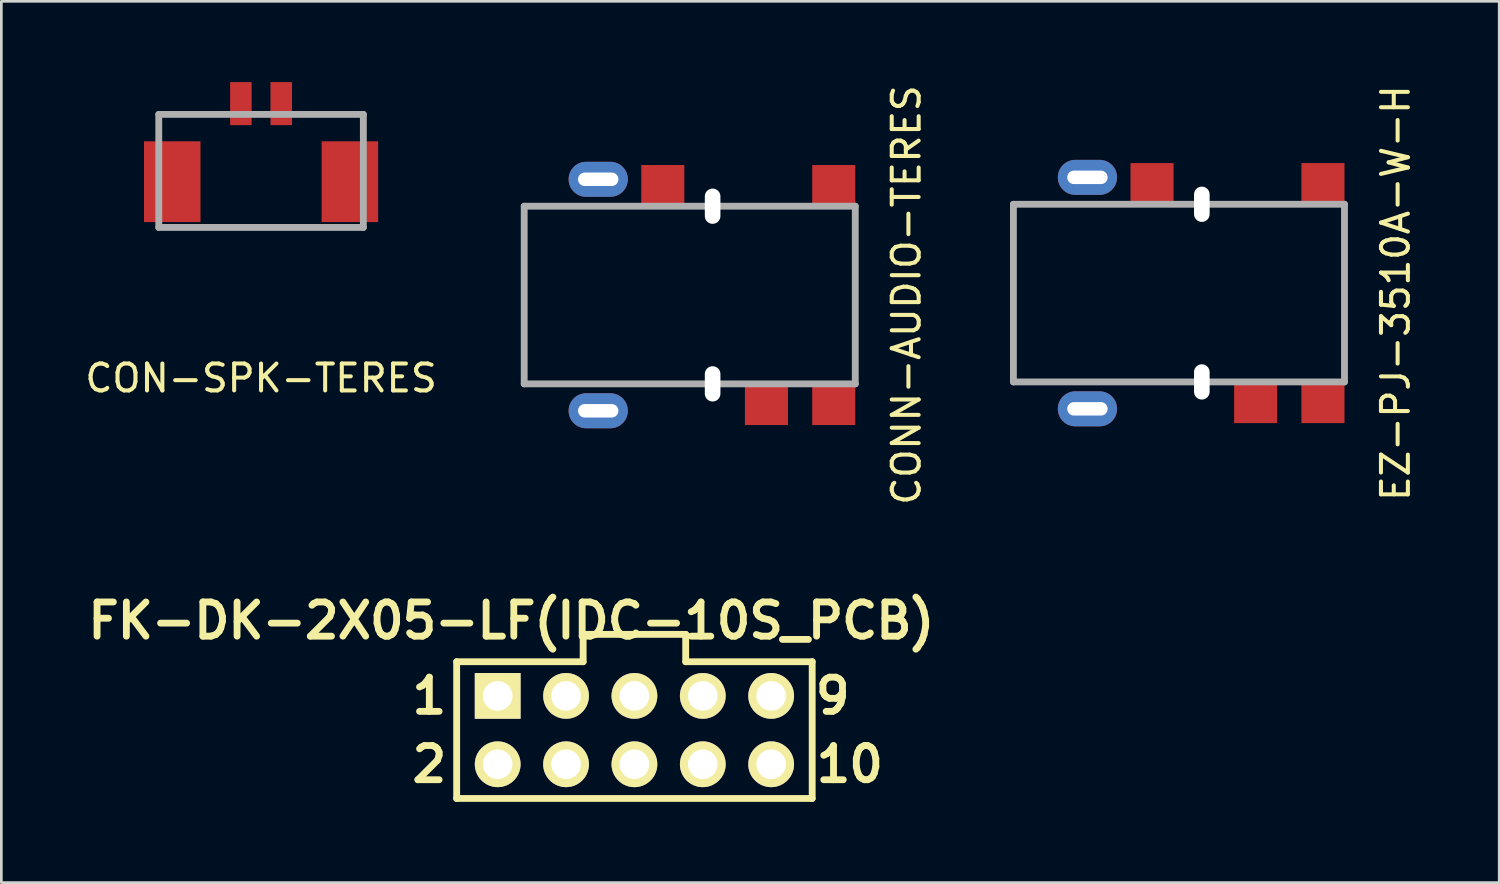
<source format=kicad_pcb>
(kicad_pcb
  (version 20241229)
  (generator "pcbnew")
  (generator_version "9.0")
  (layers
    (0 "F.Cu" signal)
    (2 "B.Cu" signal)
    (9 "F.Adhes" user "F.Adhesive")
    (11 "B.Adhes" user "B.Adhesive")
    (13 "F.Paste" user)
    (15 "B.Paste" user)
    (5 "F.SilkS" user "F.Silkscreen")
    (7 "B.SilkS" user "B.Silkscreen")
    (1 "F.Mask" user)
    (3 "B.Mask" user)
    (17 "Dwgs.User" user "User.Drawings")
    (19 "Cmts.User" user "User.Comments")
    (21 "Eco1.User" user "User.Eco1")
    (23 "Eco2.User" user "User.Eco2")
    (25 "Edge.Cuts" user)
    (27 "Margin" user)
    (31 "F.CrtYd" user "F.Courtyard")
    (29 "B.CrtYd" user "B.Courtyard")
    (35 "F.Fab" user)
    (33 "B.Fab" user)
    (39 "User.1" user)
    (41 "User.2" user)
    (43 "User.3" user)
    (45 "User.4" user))
  (footprint "CON-SPK-TERES"
    (layer "F.Cu")
    (at 6.649 5.2)
    (property "Reference" "CON-SPK-TERES" (at 0 5.8 0) (layer "F.SilkS") (effects (font (size 1 1) (thickness 0.15))))
    (attr through_hole)
    (fp_line (start -3.8 -4) (end -3.8 0.2) (stroke (width 0.254) (type solid)) (layer "F.Fab"))
    (fp_line (start -3.8 0.2) (end 3.8 0.2) (stroke (width 0.254) (type solid)) (layer "F.Fab"))
    (fp_line (start 3.8 -4) (end -3.8 -4) (stroke (width 0.254) (type solid)) (layer "F.Fab"))
    (fp_line (start 3.8 0.2) (end 3.8 -4) (stroke (width 0.254) (type solid)) (layer "F.Fab"))
    (pad "0" smd rect (at -3.3 -1.5) (size 2.1 3) (layers "F.Cu" "F.Mask" "F.Paste"))
    (pad "0" smd rect (at 3.3 -1.5) (size 2.1 3) (layers "F.Cu" "F.Mask" "F.Paste"))
    (pad "1" smd rect (at -0.75 -4.4) (size 0.8 1.6) (layers "F.Cu" "F.Mask" "F.Paste"))
    (pad "2" smd rect (at 0.75 -4.4) (size 0.8 1.6) (layers "F.Cu" "F.Mask" "F.Paste")))
  (footprint "EZ-PJ-3510A-W-H"
    (layer "F.Cu")
    (at 40.75 7.839)
    (property "Reference" "EZ-PJ-3510A-W-H" (at 8.05 0 90) (layer "F.SilkS") (effects (font (size 1 1) (thickness 0.15))))
    (attr through_hole)
    (fp_line (start -6.15 -3.3) (end -6.15 3.3) (stroke (width 0.254) (type solid)) (layer "F.Fab"))
    (fp_line (start -6.15 3.3) (end 6.15 3.3) (stroke (width 0.254) (type solid)) (layer "F.Fab"))
    (fp_line (start 6.15 -3.3) (end -6.15 -3.3) (stroke (width 0.254) (type solid)) (layer "F.Fab"))
    (fp_line (start 6.15 3.3) (end 6.15 -3.3) (stroke (width 0.254) (type solid)) (layer "F.Fab"))
    (pad "" np_thru_hole oval (at 0.85 -3.3 90) (size 1.31 0.58) (drill oval 1.31 0.58) (layers "*.Cu" "*.Mask"))
    (pad "" np_thru_hole oval (at 0.85 3.3 90) (size 1.31 0.58) (drill oval 1.31 0.58) (layers "*.Cu" "*.Mask"))
    (pad "1" thru_hole oval (at -3.4 4.3 90) (size 1.3 2.2) (drill oval 0.5 1.5) (layers "*.Cu" "*.Paste" "*.Mask"))
    (pad "2" thru_hole oval (at -3.4 -4.3 90) (size 1.3 2.2) (drill oval 0.5 1.5) (layers "*.Cu" "*.Paste" "*.Mask"))
    (pad "3" smd rect (at -1 -4.065 90) (size 1.53 1.6) (layers "F.Cu" "F.Mask" "F.Paste"))
    (pad "4" smd rect (at 2.85 4.065 90) (size 1.53 1.6) (layers "F.Cu" "F.Mask" "F.Paste"))
    (pad "5" smd rect (at 5.35 -4.065 90) (size 1.53 1.6) (layers "F.Cu" "F.Mask" "F.Paste"))
    (pad "6" smd rect (at 5.35 4.065 90) (size 1.53 1.6) (layers "F.Cu" "F.Mask" "F.Paste")))
  (footprint "FK-DK-2X05-LF(IDC-10S_PCB)"
    (layer "F.Cu")
    (at 20.52 24.074)
    (property "Reference" "FK-DK-2X05-LF(IDC-10S_PCB)" (at -4.572 -4.064 0) (layer "F.SilkS") (effects (font (size 1.27 1.27) (thickness 0.254))))
    (attr smd)
    (fp_line (start -6.604 -2.54) (end -6.604 2.54) (stroke (width 0.254) (type solid)) (layer "F.SilkS"))
    (fp_line (start -6.604 -2.54) (end -1.905 -2.54) (stroke (width 0.254) (type solid)) (layer "F.SilkS"))
    (fp_line (start -6.604 2.54) (end 6.604 2.54) (stroke (width 0.254) (type solid)) (layer "F.SilkS"))
    (fp_line (start -1.905 -3.556) (end 1.905 -3.556) (stroke (width 0.254) (type solid)) (layer "F.SilkS"))
    (fp_line (start -1.905 -2.54) (end -1.905 -3.556) (stroke (width 0.254) (type solid)) (layer "F.SilkS"))
    (fp_line (start 1.905 -3.556) (end 1.905 -2.54) (stroke (width 0.254) (type solid)) (layer "F.SilkS"))
    (fp_line (start 1.905 -2.54) (end 6.604 -2.54) (stroke (width 0.254) (type solid)) (layer "F.SilkS"))
    (fp_line (start 6.604 -2.54) (end 6.604 2.54) (stroke (width 0.254) (type solid)) (layer "F.SilkS"))
    (fp_text user "10" (at 8.001 1.27 0) (layer "F.SilkS") (effects (font (size 1.27 1.27) (thickness 0.254))))
    (fp_text user "9" (at 7.366 -1.27 0) (layer "F.SilkS") (effects (font (size 1.27 1.27) (thickness 0.254))))
    (fp_text user "2" (at -7.62 1.27 0) (layer "F.SilkS") (effects (font (size 1.27 1.27) (thickness 0.254))))
    (fp_text user "1" (at -7.62 -1.27 0) (layer "F.SilkS") (effects (font (size 1.27 1.27) (thickness 0.254))))
    (pad "1" thru_hole rect (at -5.08 -1.27) (size 1.7 1.7) (drill 1.1) (layers "*.Cu" "*.Mask" "F.SilkS"))
    (pad "2" thru_hole circle (at -5.08 1.27) (size 1.7 1.7) (drill 1.1) (layers "*.Cu" "*.Mask" "F.SilkS"))
    (pad "3" thru_hole circle (at -2.54 -1.27) (size 1.7 1.7) (drill 1.1) (layers "*.Cu" "*.Mask" "F.SilkS"))
    (pad "4" thru_hole circle (at -2.54 1.27) (size 1.7 1.7) (drill 1.1) (layers "*.Cu" "*.Mask" "F.SilkS"))
    (pad "5" thru_hole circle (at 0 -1.27) (size 1.7 1.7) (drill 1.1) (layers "*.Cu" "*.Mask" "F.SilkS"))
    (pad "6" thru_hole circle (at 0 1.27) (size 1.7 1.7) (drill 1.1) (layers "*.Cu" "*.Mask" "F.SilkS"))
    (pad "7" thru_hole circle (at 2.54 -1.27) (size 1.7 1.7) (drill 1.1) (layers "*.Cu" "*.Mask" "F.SilkS"))
    (pad "8" thru_hole circle (at 2.54 1.27) (size 1.7 1.7) (drill 1.1) (layers "*.Cu" "*.Mask" "F.SilkS"))
    (pad "9" thru_hole circle (at 5.08 -1.27) (size 1.7 1.7) (drill 1.1) (layers "*.Cu" "*.Mask" "F.SilkS"))
    (pad "10" thru_hole circle (at 5.08 1.27) (size 1.7 1.7) (drill 1.1) (layers "*.Cu" "*.Mask" "F.SilkS")))
  (footprint "CONN-AUDIO-TERES"
    (layer "F.Cu")
    (at 22.575 7.911)
    (property "Reference" "CONN-AUDIO-TERES" (at 8.05 0 90) (layer "F.SilkS") (effects (font (size 1 1) (thickness 0.15))))
    (attr through_hole)
    (fp_line (start -6.15 -3.3) (end -6.15 3.3) (stroke (width 0.254) (type solid)) (layer "F.Fab"))
    (fp_line (start -6.15 3.3) (end 6.15 3.3) (stroke (width 0.254) (type solid)) (layer "F.Fab"))
    (fp_line (start 6.15 -3.3) (end -6.15 -3.3) (stroke (width 0.254) (type solid)) (layer "F.Fab"))
    (fp_line (start 6.15 3.3) (end 6.15 -3.3) (stroke (width 0.254) (type solid)) (layer "F.Fab"))
    (pad "" np_thru_hole oval (at 0.85 -3.3 90) (size 1.31 0.58) (drill oval 1.31 0.58) (layers "*.Cu" "*.Mask"))
    (pad "" np_thru_hole oval (at 0.85 3.3 90) (size 1.31 0.58) (drill oval 1.31 0.58) (layers "*.Cu" "*.Mask"))
    (pad "1" thru_hole oval (at -3.4 4.3 90) (size 1.3 2.2) (drill oval 0.5 1.5) (layers "*.Cu" "*.Paste" "*.Mask"))
    (pad "2" thru_hole oval (at -3.4 -4.3 90) (size 1.3 2.2) (drill oval 0.5 1.5) (layers "*.Cu" "*.Paste" "*.Mask"))
    (pad "3" smd rect (at -1 -4.065 90) (size 1.53 1.6) (layers "F.Cu" "F.Mask" "F.Paste"))
    (pad "4" smd rect (at 2.85 4.065 90) (size 1.53 1.6) (layers "F.Cu" "F.Mask" "F.Paste"))
    (pad "5" smd rect (at 5.35 -4.065 90) (size 1.53 1.6) (layers "F.Cu" "F.Mask" "F.Paste"))
    (pad "6" smd rect (at 5.35 4.065 90) (size 1.53 1.6) (layers "F.Cu" "F.Mask" "F.Paste")))
  (gr_rect
    (start -3 -3)
    (end 52.648 29.741)
    (stroke (width 0.1) (type default))
    (fill no)
    (layer "Edge.Cuts")))
</source>
